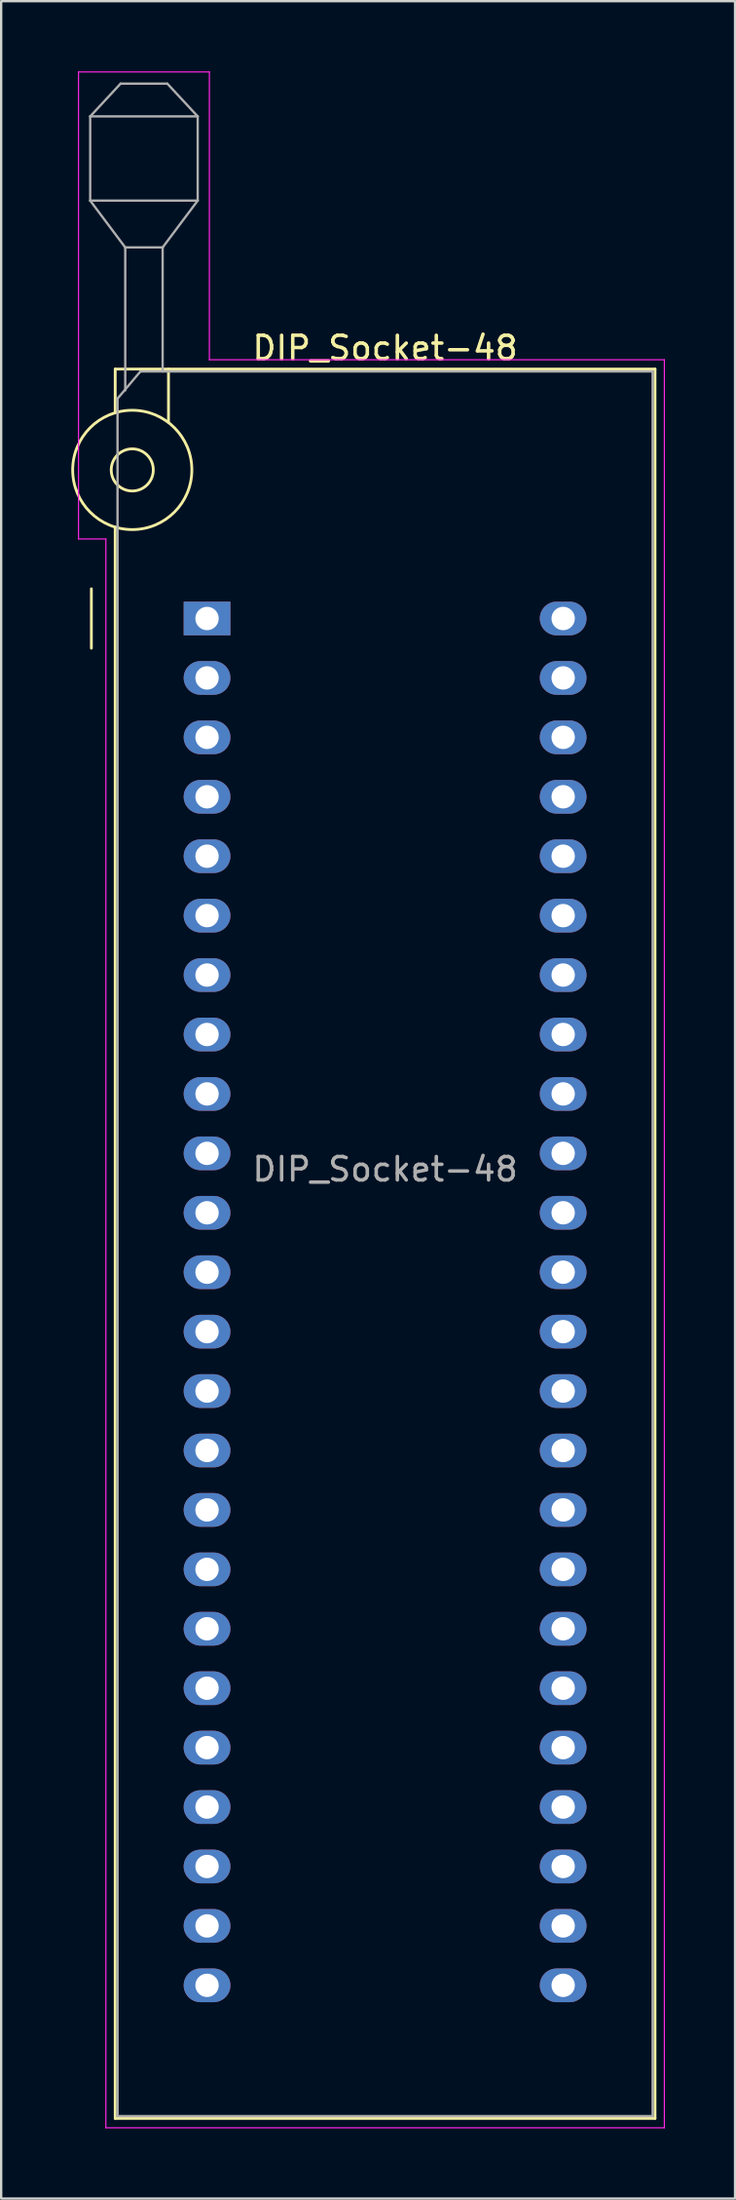
<source format=kicad_pcb>
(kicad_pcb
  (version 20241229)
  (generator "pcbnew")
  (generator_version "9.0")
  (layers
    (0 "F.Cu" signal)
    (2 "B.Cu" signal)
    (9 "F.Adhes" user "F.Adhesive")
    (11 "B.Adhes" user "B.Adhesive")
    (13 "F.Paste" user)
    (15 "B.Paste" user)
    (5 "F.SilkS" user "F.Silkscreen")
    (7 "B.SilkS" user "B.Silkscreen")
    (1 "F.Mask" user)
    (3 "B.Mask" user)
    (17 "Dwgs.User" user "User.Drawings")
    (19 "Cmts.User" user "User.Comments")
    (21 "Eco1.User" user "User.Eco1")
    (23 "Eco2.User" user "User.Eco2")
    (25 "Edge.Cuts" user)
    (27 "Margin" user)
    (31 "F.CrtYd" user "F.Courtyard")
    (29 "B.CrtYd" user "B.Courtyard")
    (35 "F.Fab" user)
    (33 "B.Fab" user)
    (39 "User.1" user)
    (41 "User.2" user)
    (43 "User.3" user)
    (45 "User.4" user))
  (footprint "DIP_Socket-48"
    (layer "F.Cu")
    (at 5.81 23.385)
    (property "Reference" "DIP_Socket-48" (at 7.62 -11.56 0) (layer "F.SilkS") (effects (font (size 1 1) (thickness 0.15))))
    (attr through_hole)
    (fp_line (start -4.95 1.27) (end -4.95 -1.27) (stroke (width 0.12) (type solid)) (layer "F.SilkS"))
    (fp_line (start -3.93 -10.66) (end -3.93 -8.8) (stroke (width 0.12) (type solid)) (layer "F.SilkS"))
    (fp_line (start -3.93 -3.9) (end -3.93 64.108) (stroke (width 0.12) (type solid)) (layer "F.SilkS"))
    (fp_line (start -3.93 64.108) (end 19.17 64.108) (stroke (width 0.12) (type solid)) (layer "F.SilkS"))
    (fp_line (start -1.65 -10.66) (end -1.65 -8.4) (stroke (width 0.12) (type solid)) (layer "F.SilkS"))
    (fp_line (start 19.17 -10.66) (end -3.93 -10.66) (stroke (width 0.12) (type solid)) (layer "F.SilkS"))
    (fp_line (start 19.17 64.108) (end 19.17 -10.66) (stroke (width 0.12) (type solid)) (layer "F.SilkS"))
    (fp_circle (center -3.2 -6.35) (end -2.3 -6.35) (stroke (width 0.12) (type solid)) (fill no) (layer "F.SilkS"))
    (fp_circle (center -3.2 -6.35) (end -0.65 -6.35) (stroke (width 0.12) (type solid)) (fill no) (layer "F.SilkS"))
    (fp_line (start -5.5 -23.36) (end 0.1 -23.36) (stroke (width 0.05) (type solid)) (layer "F.CrtYd"))
    (fp_line (start -5.5 -3.4) (end -5.5 -23.36) (stroke (width 0.05) (type solid)) (layer "F.CrtYd"))
    (fp_line (start -4.33 -3.4) (end -5.5 -3.4) (stroke (width 0.05) (type solid)) (layer "F.CrtYd"))
    (fp_line (start -4.33 64.508) (end -4.33 -3.4) (stroke (width 0.05) (type solid)) (layer "F.CrtYd"))
    (fp_line (start 0.1 -23.36) (end 0.1 -11.06) (stroke (width 0.05) (type solid)) (layer "F.CrtYd"))
    (fp_line (start 0.1 -11.06) (end 19.57 -11.06) (stroke (width 0.05) (type solid)) (layer "F.CrtYd"))
    (fp_line (start 19.57 -11.06) (end 19.57 64.508) (stroke (width 0.05) (type solid)) (layer "F.CrtYd"))
    (fp_line (start 19.57 64.508) (end -4.33 64.508) (stroke (width 0.05) (type solid)) (layer "F.CrtYd"))
    (fp_line (start -5 -21.46) (end -5 -17.86) (stroke (width 0.1) (type solid)) (layer "F.Fab"))
    (fp_line (start -5 -21.46) (end -3.7 -22.86) (stroke (width 0.1) (type solid)) (layer "F.Fab"))
    (fp_line (start -5 -17.86) (end -3.5 -15.86) (stroke (width 0.1) (type solid)) (layer "F.Fab"))
    (fp_line (start -5 -17.86) (end -0.4 -17.86) (stroke (width 0.1) (type solid)) (layer "F.Fab"))
    (fp_line (start -3.83 -9.4) (end -2.85 -10.56) (stroke (width 0.1) (type solid)) (layer "F.Fab"))
    (fp_line (start -3.83 64.008) (end -3.83 -9.4) (stroke (width 0.1) (type solid)) (layer "F.Fab"))
    (fp_line (start -3.7 -22.86) (end -1.7 -22.86) (stroke (width 0.1) (type solid)) (layer "F.Fab"))
    (fp_line (start -3.5 -15.86) (end -1.9 -15.86) (stroke (width 0.1) (type solid)) (layer "F.Fab"))
    (fp_line (start -3.5 -9.75) (end -3.5 -15.86) (stroke (width 0.1) (type solid)) (layer "F.Fab"))
    (fp_line (start -2.85 -10.56) (end 19.07 -10.56) (stroke (width 0.1) (type solid)) (layer "F.Fab"))
    (fp_line (start -1.9 -15.86) (end -1.9 -10.56) (stroke (width 0.1) (type solid)) (layer "F.Fab"))
    (fp_line (start -1.7 -22.86) (end -0.4 -21.46) (stroke (width 0.1) (type solid)) (layer "F.Fab"))
    (fp_line (start -0.4 -21.46) (end -5 -21.46) (stroke (width 0.1) (type solid)) (layer "F.Fab"))
    (fp_line (start -0.4 -17.86) (end -1.9 -15.86) (stroke (width 0.1) (type solid)) (layer "F.Fab"))
    (fp_line (start -0.4 -17.86) (end -0.4 -21.46) (stroke (width 0.1) (type solid)) (layer "F.Fab"))
    (fp_line (start 19.07 -10.56) (end 19.07 64.008) (stroke (width 0.1) (type solid)) (layer "F.Fab"))
    (fp_line (start 19.07 64.008) (end -3.83 64.008) (stroke (width 0.1) (type solid)) (layer "F.Fab"))
    (fp_text user "${REFERENCE}" (at 7.62 23.54 0) (layer "F.Fab") (effects (font (size 1 1) (thickness 0.15))))
    (pad "1" thru_hole rect (at 0 0) (size 2 1.44) (drill 1) (layers "*.Cu" "*.Mask"))
    (pad "2" thru_hole oval (at 0 2.54) (size 2 1.44) (drill 1) (layers "*.Cu" "*.Mask"))
    (pad "3" thru_hole oval (at 0 5.08) (size 2 1.44) (drill 1) (layers "*.Cu" "*.Mask"))
    (pad "4" thru_hole oval (at 0 7.62) (size 2 1.44) (drill 1) (layers "*.Cu" "*.Mask"))
    (pad "5" thru_hole oval (at 0 10.16) (size 2 1.44) (drill 1) (layers "*.Cu" "*.Mask"))
    (pad "6" thru_hole oval (at 0 12.7) (size 2 1.44) (drill 1) (layers "*.Cu" "*.Mask"))
    (pad "7" thru_hole oval (at 0 15.24) (size 2 1.44) (drill 1) (layers "*.Cu" "*.Mask"))
    (pad "8" thru_hole oval (at 0 17.78) (size 2 1.44) (drill 1) (layers "*.Cu" "*.Mask"))
    (pad "9" thru_hole oval (at 0 20.32) (size 2 1.44) (drill 1) (layers "*.Cu" "*.Mask"))
    (pad "10" thru_hole oval (at 0 22.86) (size 2 1.44) (drill 1) (layers "*.Cu" "*.Mask"))
    (pad "11" thru_hole oval (at 0 25.4) (size 2 1.44) (drill 1) (layers "*.Cu" "*.Mask"))
    (pad "12" thru_hole oval (at 0 27.94) (size 2 1.44) (drill 1) (layers "*.Cu" "*.Mask"))
    (pad "13" thru_hole oval (at 0 30.48) (size 2 1.44) (drill 1) (layers "*.Cu" "*.Mask"))
    (pad "14" thru_hole oval (at 0 33.02) (size 2 1.44) (drill 1) (layers "*.Cu" "*.Mask"))
    (pad "15" thru_hole oval (at 0 35.56) (size 2 1.44) (drill 1) (layers "*.Cu" "*.Mask"))
    (pad "16" thru_hole oval (at 0 38.1) (size 2 1.44) (drill 1) (layers "*.Cu" "*.Mask"))
    (pad "17" thru_hole oval (at 0 40.64) (size 2 1.44) (drill 1) (layers "*.Cu" "*.Mask"))
    (pad "18" thru_hole oval (at 0 43.18) (size 2 1.44) (drill 1) (layers "*.Cu" "*.Mask"))
    (pad "19" thru_hole oval (at 0 45.72) (size 2 1.44) (drill 1) (layers "*.Cu" "*.Mask"))
    (pad "20" thru_hole oval (at 0 48.26) (size 2 1.44) (drill 1) (layers "*.Cu" "*.Mask"))
    (pad "21" thru_hole oval (at 0 50.8) (size 2 1.44) (drill 1) (layers "*.Cu" "*.Mask"))
    (pad "22" thru_hole oval (at 0 53.34) (size 2 1.44) (drill 1) (layers "*.Cu" "*.Mask"))
    (pad "23" thru_hole oval (at 0 55.88) (size 2 1.44) (drill 1) (layers "*.Cu" "*.Mask"))
    (pad "24" thru_hole oval (at 0 58.42) (size 2 1.44) (drill 1) (layers "*.Cu" "*.Mask"))
    (pad "25" thru_hole oval (at 15.24 58.42) (size 2 1.44) (drill 1) (layers "*.Cu" "*.Mask"))
    (pad "26" thru_hole oval (at 15.24 55.88) (size 2 1.44) (drill 1) (layers "*.Cu" "*.Mask"))
    (pad "27" thru_hole oval (at 15.24 53.34) (size 2 1.44) (drill 1) (layers "*.Cu" "*.Mask"))
    (pad "28" thru_hole oval (at 15.24 50.8) (size 2 1.44) (drill 1) (layers "*.Cu" "*.Mask"))
    (pad "29" thru_hole oval (at 15.24 48.26) (size 2 1.44) (drill 1) (layers "*.Cu" "*.Mask"))
    (pad "30" thru_hole oval (at 15.24 45.72) (size 2 1.44) (drill 1) (layers "*.Cu" "*.Mask"))
    (pad "31" thru_hole oval (at 15.24 43.18) (size 2 1.44) (drill 1) (layers "*.Cu" "*.Mask"))
    (pad "32" thru_hole oval (at 15.24 40.64) (size 2 1.44) (drill 1) (layers "*.Cu" "*.Mask"))
    (pad "33" thru_hole oval (at 15.24 38.1) (size 2 1.44) (drill 1) (layers "*.Cu" "*.Mask"))
    (pad "34" thru_hole oval (at 15.24 35.56) (size 2 1.44) (drill 1) (layers "*.Cu" "*.Mask"))
    (pad "35" thru_hole oval (at 15.24 33.02) (size 2 1.44) (drill 1) (layers "*.Cu" "*.Mask"))
    (pad "36" thru_hole oval (at 15.24 30.48) (size 2 1.44) (drill 1) (layers "*.Cu" "*.Mask"))
    (pad "37" thru_hole oval (at 15.24 27.94) (size 2 1.44) (drill 1) (layers "*.Cu" "*.Mask"))
    (pad "38" thru_hole oval (at 15.24 25.4) (size 2 1.44) (drill 1) (layers "*.Cu" "*.Mask"))
    (pad "39" thru_hole oval (at 15.24 22.86) (size 2 1.44) (drill 1) (layers "*.Cu" "*.Mask"))
    (pad "40" thru_hole oval (at 15.24 20.32) (size 2 1.44) (drill 1) (layers "*.Cu" "*.Mask"))
    (pad "41" thru_hole oval (at 15.24 17.78) (size 2 1.44) (drill 1) (layers "*.Cu" "*.Mask"))
    (pad "42" thru_hole oval (at 15.24 15.24) (size 2 1.44) (drill 1) (layers "*.Cu" "*.Mask"))
    (pad "43" thru_hole oval (at 15.24 12.7) (size 2 1.44) (drill 1) (layers "*.Cu" "*.Mask"))
    (pad "44" thru_hole oval (at 15.24 10.16) (size 2 1.44) (drill 1) (layers "*.Cu" "*.Mask"))
    (pad "45" thru_hole oval (at 15.24 7.62) (size 2 1.44) (drill 1) (layers "*.Cu" "*.Mask"))
    (pad "46" thru_hole oval (at 15.24 5.08) (size 2 1.44) (drill 1) (layers "*.Cu" "*.Mask"))
    (pad "47" thru_hole oval (at 15.24 2.54) (size 2 1.44) (drill 1) (layers "*.Cu" "*.Mask"))
    (pad "48" thru_hole oval (at 15.24 0) (size 2 1.44) (drill 1) (layers "*.Cu" "*.Mask")))
  (gr_rect
    (start -3 -3)
    (end 28.405 90.918)
    (stroke (width 0.1) (type default))
    (fill no)
    (layer "Edge.Cuts")))
</source>
